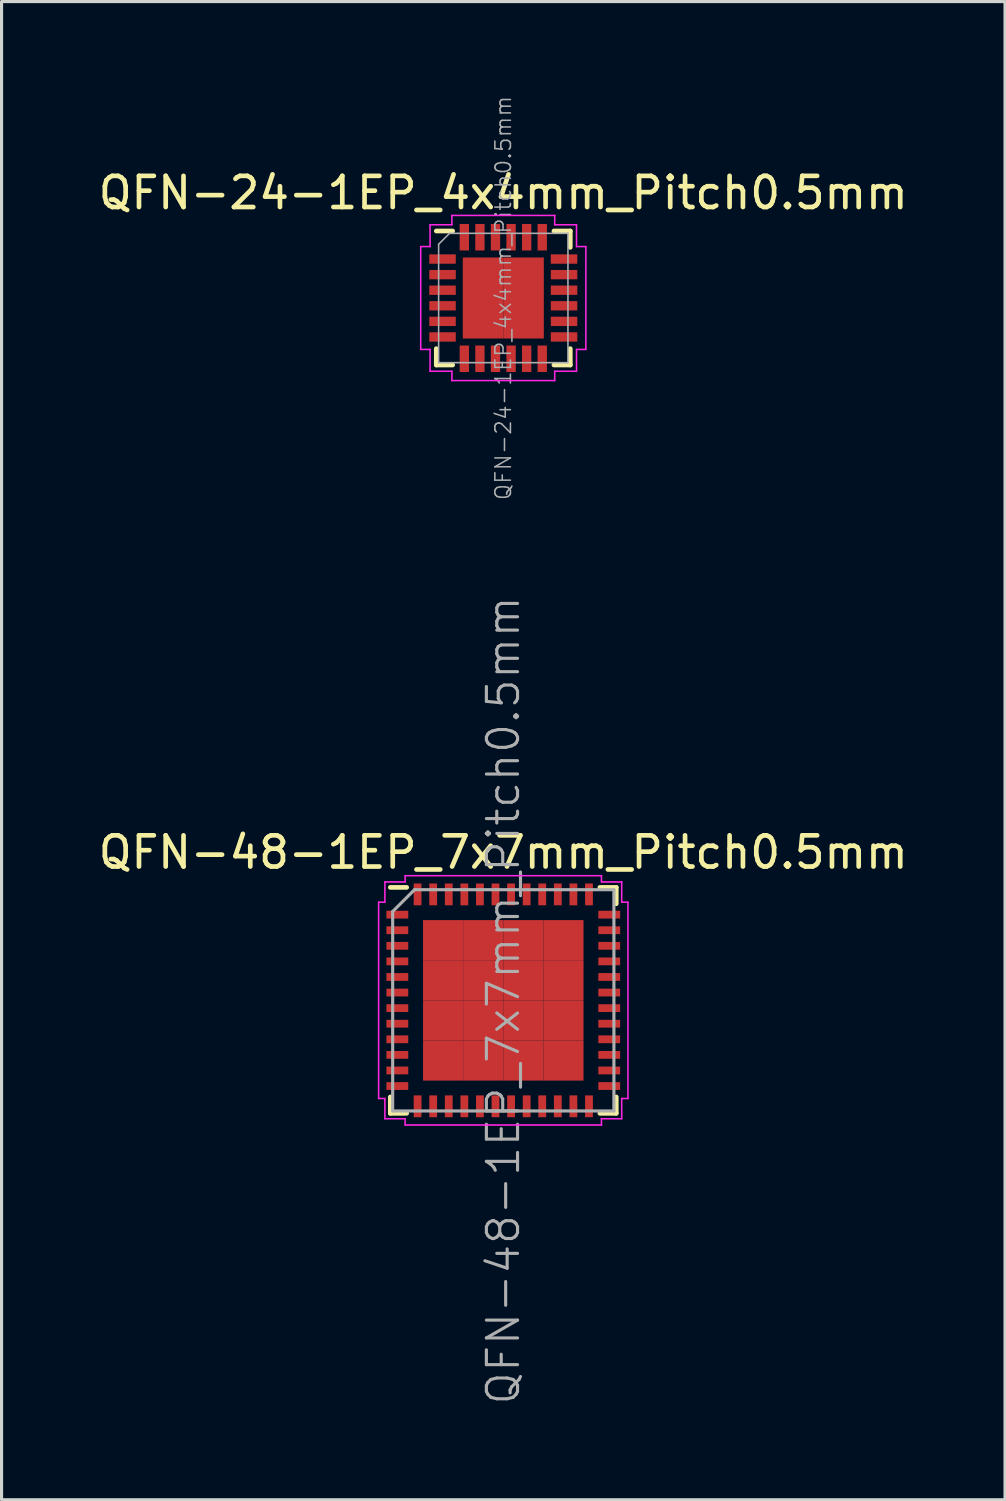
<source format=kicad_pcb>
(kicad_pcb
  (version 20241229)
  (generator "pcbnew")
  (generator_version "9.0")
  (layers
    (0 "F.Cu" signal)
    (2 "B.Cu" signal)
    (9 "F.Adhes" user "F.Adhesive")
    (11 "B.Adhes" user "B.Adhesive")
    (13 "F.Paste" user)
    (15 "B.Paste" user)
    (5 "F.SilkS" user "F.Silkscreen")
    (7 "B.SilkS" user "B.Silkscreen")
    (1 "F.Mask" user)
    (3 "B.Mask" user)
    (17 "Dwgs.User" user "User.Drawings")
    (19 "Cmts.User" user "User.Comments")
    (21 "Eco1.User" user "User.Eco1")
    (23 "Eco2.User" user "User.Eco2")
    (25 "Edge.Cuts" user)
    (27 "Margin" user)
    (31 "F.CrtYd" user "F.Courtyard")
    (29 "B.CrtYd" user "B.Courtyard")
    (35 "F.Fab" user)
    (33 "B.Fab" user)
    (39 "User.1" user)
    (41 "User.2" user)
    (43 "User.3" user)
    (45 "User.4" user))
  (footprint "QFN-24-1EP_4x4mm_Pitch0.5mm"
    (layer "F.Cu")
    (at 13.101 6.513)
    (property "Reference" "QFN-24-1EP_4x4mm_Pitch0.5mm" (at 0 -3.375 0) (layer "F.SilkS") (effects (font (size 1 1) (thickness 0.15))))
    (attr smd)
    (fp_line (start -2.15 -2.15) (end -1.625 -2.15) (stroke (width 0.15) (type solid)) (layer "F.SilkS"))
    (fp_line (start -2.15 2.15) (end -2.15 1.625) (stroke (width 0.15) (type solid)) (layer "F.SilkS"))
    (fp_line (start -2.15 2.15) (end -1.625 2.15) (stroke (width 0.15) (type solid)) (layer "F.SilkS"))
    (fp_line (start 2.15 -2.15) (end 1.625 -2.15) (stroke (width 0.15) (type solid)) (layer "F.SilkS"))
    (fp_line (start 2.15 -2.15) (end 2.15 -1.625) (stroke (width 0.15) (type solid)) (layer "F.SilkS"))
    (fp_line (start 2.15 2.15) (end 1.625 2.15) (stroke (width 0.15) (type solid)) (layer "F.SilkS"))
    (fp_line (start 2.15 2.15) (end 2.15 1.625) (stroke (width 0.15) (type solid)) (layer "F.SilkS"))
    (fp_line (start -2.65 -1.65) (end -2.65 1.65) (stroke (width 0.05) (type solid)) (layer "F.CrtYd"))
    (fp_line (start -2.65 -1.65) (end -2.35 -1.65) (stroke (width 0.05) (type solid)) (layer "F.CrtYd"))
    (fp_line (start -2.65 1.65) (end -2.35 1.65) (stroke (width 0.05) (type solid)) (layer "F.CrtYd"))
    (fp_line (start -2.35 -2.35) (end -2.35 -1.65) (stroke (width 0.05) (type solid)) (layer "F.CrtYd"))
    (fp_line (start -2.35 2.35) (end -2.35 1.65) (stroke (width 0.05) (type solid)) (layer "F.CrtYd"))
    (fp_line (start -1.65 -2.65) (end -1.65 -2.35) (stroke (width 0.05) (type solid)) (layer "F.CrtYd"))
    (fp_line (start -1.65 -2.35) (end -2.35 -2.35) (stroke (width 0.05) (type solid)) (layer "F.CrtYd"))
    (fp_line (start -1.65 2.35) (end -2.35 2.35) (stroke (width 0.05) (type solid)) (layer "F.CrtYd"))
    (fp_line (start -1.65 2.65) (end -1.65 2.35) (stroke (width 0.05) (type solid)) (layer "F.CrtYd"))
    (fp_line (start 1.65 -2.65) (end -1.65 -2.65) (stroke (width 0.05) (type solid)) (layer "F.CrtYd"))
    (fp_line (start 1.65 -2.65) (end 1.65 -2.35) (stroke (width 0.05) (type solid)) (layer "F.CrtYd"))
    (fp_line (start 1.65 -2.35) (end 2.35 -2.35) (stroke (width 0.05) (type solid)) (layer "F.CrtYd"))
    (fp_line (start 1.65 2.35) (end 2.35 2.35) (stroke (width 0.05) (type solid)) (layer "F.CrtYd"))
    (fp_line (start 1.65 2.65) (end -1.65 2.65) (stroke (width 0.05) (type solid)) (layer "F.CrtYd"))
    (fp_line (start 1.65 2.65) (end 1.65 2.35) (stroke (width 0.05) (type solid)) (layer "F.CrtYd"))
    (fp_line (start 2.35 -2.35) (end 2.35 -1.65) (stroke (width 0.05) (type solid)) (layer "F.CrtYd"))
    (fp_line (start 2.35 2.35) (end 2.35 1.65) (stroke (width 0.05) (type solid)) (layer "F.CrtYd"))
    (fp_line (start 2.65 -1.65) (end 2.35 -1.65) (stroke (width 0.05) (type solid)) (layer "F.CrtYd"))
    (fp_line (start 2.65 -1.65) (end 2.65 1.65) (stroke (width 0.05) (type solid)) (layer "F.CrtYd"))
    (fp_line (start 2.65 1.65) (end 2.35 1.65) (stroke (width 0.05) (type solid)) (layer "F.CrtYd"))
    (fp_line (start -2.075 -1.725) (end -1.725 -2.075) (stroke (width 0.05) (type solid)) (layer "F.Fab"))
    (fp_line (start -2.075 2.075) (end -2.075 -1.725) (stroke (width 0.05) (type solid)) (layer "F.Fab"))
    (fp_line (start 2.075 -2.075) (end -1.725 -2.075) (stroke (width 0.05) (type solid)) (layer "F.Fab"))
    (fp_line (start 2.075 2.075) (end -2.075 2.075) (stroke (width 0.05) (type solid)) (layer "F.Fab"))
    (fp_line (start 2.075 2.075) (end 2.075 -2.075) (stroke (width 0.05) (type solid)) (layer "F.Fab"))
    (fp_text user "${REFERENCE}" (at 0 0 90) (layer "F.Fab") (effects (font (size 0.5 0.5) (thickness 0.05))))
    (pad "1" smd rect (at -1.95 -1.25) (size 0.85 0.3) (layers "F.Cu" "F.Mask" "F.Paste"))
    (pad "2" smd rect (at -1.95 -0.75) (size 0.85 0.3) (layers "F.Cu" "F.Mask" "F.Paste"))
    (pad "3" smd rect (at -1.95 -0.25) (size 0.85 0.3) (layers "F.Cu" "F.Mask" "F.Paste"))
    (pad "4" smd rect (at -1.95 0.25) (size 0.85 0.3) (layers "F.Cu" "F.Mask" "F.Paste"))
    (pad "5" smd rect (at -1.95 0.75) (size 0.85 0.3) (layers "F.Cu" "F.Mask" "F.Paste"))
    (pad "6" smd rect (at -1.95 1.25) (size 0.85 0.3) (layers "F.Cu" "F.Mask" "F.Paste"))
    (pad "7" smd rect (at -1.25 1.95 90) (size 0.85 0.3) (layers "F.Cu" "F.Mask" "F.Paste"))
    (pad "8" smd rect (at -0.75 1.95 90) (size 0.85 0.3) (layers "F.Cu" "F.Mask" "F.Paste"))
    (pad "9" smd rect (at -0.25 1.95 90) (size 0.85 0.3) (layers "F.Cu" "F.Mask" "F.Paste"))
    (pad "10" smd rect (at 0.25 1.95 90) (size 0.85 0.3) (layers "F.Cu" "F.Mask" "F.Paste"))
    (pad "11" smd rect (at 0.75 1.95 90) (size 0.85 0.3) (layers "F.Cu" "F.Mask" "F.Paste"))
    (pad "12" smd rect (at 1.25 1.95 90) (size 0.85 0.3) (layers "F.Cu" "F.Mask" "F.Paste"))
    (pad "13" smd rect (at 1.95 1.25) (size 0.85 0.3) (layers "F.Cu" "F.Mask" "F.Paste"))
    (pad "14" smd rect (at 1.95 0.75) (size 0.85 0.3) (layers "F.Cu" "F.Mask" "F.Paste"))
    (pad "15" smd rect (at 1.95 0.25) (size 0.85 0.3) (layers "F.Cu" "F.Mask" "F.Paste"))
    (pad "16" smd rect (at 1.95 -0.25) (size 0.85 0.3) (layers "F.Cu" "F.Mask" "F.Paste"))
    (pad "17" smd rect (at 1.95 -0.75) (size 0.85 0.3) (layers "F.Cu" "F.Mask" "F.Paste"))
    (pad "18" smd rect (at 1.95 -1.25) (size 0.85 0.3) (layers "F.Cu" "F.Mask" "F.Paste"))
    (pad "19" smd rect (at 1.25 -1.95 90) (size 0.85 0.3) (layers "F.Cu" "F.Mask" "F.Paste"))
    (pad "20" smd rect (at 0.75 -1.95 90) (size 0.85 0.3) (layers "F.Cu" "F.Mask" "F.Paste"))
    (pad "21" smd rect (at 0.25 -1.95 90) (size 0.85 0.3) (layers "F.Cu" "F.Mask" "F.Paste"))
    (pad "22" smd rect (at -0.25 -1.95 90) (size 0.85 0.3) (layers "F.Cu" "F.Mask" "F.Paste"))
    (pad "23" smd rect (at -0.75 -1.95 90) (size 0.85 0.3) (layers "F.Cu" "F.Mask" "F.Paste"))
    (pad "24" smd rect (at -1.25 -1.95 90) (size 0.85 0.3) (layers "F.Cu" "F.Mask" "F.Paste"))
    (pad "25" smd rect (at -0.65 -0.65) (size 1.3 1.3) (layers "F.Cu" "F.Mask" "F.Paste"))
    (pad "25" smd rect (at -0.65 0.65) (size 1.3 1.3) (layers "F.Cu" "F.Mask" "F.Paste"))
    (pad "25" smd rect (at 0.65 -0.65) (size 1.3 1.3) (layers "F.Cu" "F.Mask" "F.Paste"))
    (pad "25" smd rect (at 0.65 0.65) (size 1.3 1.3) (layers "F.Cu" "F.Mask" "F.Paste")))
  (footprint "QFN-48-1EP_7x7mm_Pitch0.5mm"
    (layer "F.Cu")
    (at 13.101 29.052)
    (property "Reference" "QFN-48-1EP_7x7mm_Pitch0.5mm" (at 0 -4.75 0) (layer "F.SilkS") (effects (font (size 1 1) (thickness 0.15))))
    (attr smd)
    (fp_line (start -3.625 -3.625) (end -3.1 -3.625) (stroke (width 0.15) (type solid)) (layer "F.SilkS"))
    (fp_line (start -3.625 3.625) (end -3.625 3.1) (stroke (width 0.15) (type solid)) (layer "F.SilkS"))
    (fp_line (start -3.625 3.625) (end -3.1 3.625) (stroke (width 0.15) (type solid)) (layer "F.SilkS"))
    (fp_line (start 3.625 -3.625) (end 3.1 -3.625) (stroke (width 0.15) (type solid)) (layer "F.SilkS"))
    (fp_line (start 3.625 -3.625) (end 3.625 -3.1) (stroke (width 0.15) (type solid)) (layer "F.SilkS"))
    (fp_line (start 3.625 3.625) (end 3.1 3.625) (stroke (width 0.15) (type solid)) (layer "F.SilkS"))
    (fp_line (start 3.625 3.625) (end 3.625 3.1) (stroke (width 0.15) (type solid)) (layer "F.SilkS"))
    (fp_line (start -4 -3.15) (end -4 3.15) (stroke (width 0.05) (type solid)) (layer "F.CrtYd"))
    (fp_line (start -4 -3.15) (end -3.8 -3.15) (stroke (width 0.05) (type solid)) (layer "F.CrtYd"))
    (fp_line (start -4 3.15) (end -3.8 3.15) (stroke (width 0.05) (type solid)) (layer "F.CrtYd"))
    (fp_line (start -3.8 -3.8) (end -3.8 -3.15) (stroke (width 0.05) (type solid)) (layer "F.CrtYd"))
    (fp_line (start -3.8 3.8) (end -3.8 3.15) (stroke (width 0.05) (type solid)) (layer "F.CrtYd"))
    (fp_line (start -3.15 -4) (end -3.15 -3.8) (stroke (width 0.05) (type solid)) (layer "F.CrtYd"))
    (fp_line (start -3.15 -3.8) (end -3.8 -3.8) (stroke (width 0.05) (type solid)) (layer "F.CrtYd"))
    (fp_line (start -3.15 3.8) (end -3.8 3.8) (stroke (width 0.05) (type solid)) (layer "F.CrtYd"))
    (fp_line (start -3.15 4) (end -3.15 3.8) (stroke (width 0.05) (type solid)) (layer "F.CrtYd"))
    (fp_line (start 3.15 -4) (end -3.15 -4) (stroke (width 0.05) (type solid)) (layer "F.CrtYd"))
    (fp_line (start 3.15 -4) (end 3.15 -3.8) (stroke (width 0.05) (type solid)) (layer "F.CrtYd"))
    (fp_line (start 3.15 -3.8) (end 3.8 -3.8) (stroke (width 0.05) (type solid)) (layer "F.CrtYd"))
    (fp_line (start 3.15 3.8) (end 3.8 3.8) (stroke (width 0.05) (type solid)) (layer "F.CrtYd"))
    (fp_line (start 3.15 4) (end -3.15 4) (stroke (width 0.05) (type solid)) (layer "F.CrtYd"))
    (fp_line (start 3.15 4) (end 3.15 3.8) (stroke (width 0.05) (type solid)) (layer "F.CrtYd"))
    (fp_line (start 3.8 -3.8) (end 3.8 -3.15) (stroke (width 0.05) (type solid)) (layer "F.CrtYd"))
    (fp_line (start 3.8 3.8) (end 3.8 3.15) (stroke (width 0.05) (type solid)) (layer "F.CrtYd"))
    (fp_line (start 4 -3.15) (end 3.8 -3.15) (stroke (width 0.05) (type solid)) (layer "F.CrtYd"))
    (fp_line (start 4 -3.15) (end 4 3.15) (stroke (width 0.05) (type solid)) (layer "F.CrtYd"))
    (fp_line (start 4 3.15) (end 3.8 3.15) (stroke (width 0.05) (type solid)) (layer "F.CrtYd"))
    (fp_line (start -3.55 -2.85) (end -2.85 -3.55) (stroke (width 0.1) (type solid)) (layer "F.Fab"))
    (fp_line (start -3.55 3.55) (end -3.55 -2.85) (stroke (width 0.1) (type solid)) (layer "F.Fab"))
    (fp_line (start 3.55 -3.55) (end -2.85 -3.55) (stroke (width 0.1) (type solid)) (layer "F.Fab"))
    (fp_line (start 3.55 3.55) (end -3.55 3.55) (stroke (width 0.1) (type solid)) (layer "F.Fab"))
    (fp_line (start 3.55 3.55) (end 3.55 -3.55) (stroke (width 0.1) (type solid)) (layer "F.Fab"))
    (fp_text user "${REFERENCE}" (at 0 0 90) (layer "F.Fab") (effects (font (size 1 1) (thickness 0.1))))
    (pad "1" smd rect (at -3.4 -2.75) (size 0.7 0.25) (layers "F.Cu" "F.Mask" "F.Paste"))
    (pad "2" smd rect (at -3.4 -2.25) (size 0.7 0.25) (layers "F.Cu" "F.Mask" "F.Paste"))
    (pad "3" smd rect (at -3.4 -1.75) (size 0.7 0.25) (layers "F.Cu" "F.Mask" "F.Paste"))
    (pad "4" smd rect (at -3.4 -1.25) (size 0.7 0.25) (layers "F.Cu" "F.Mask" "F.Paste"))
    (pad "5" smd rect (at -3.4 -0.75) (size 0.7 0.25) (layers "F.Cu" "F.Mask" "F.Paste"))
    (pad "6" smd rect (at -3.4 -0.25) (size 0.7 0.25) (layers "F.Cu" "F.Mask" "F.Paste"))
    (pad "7" smd rect (at -3.4 0.25) (size 0.7 0.25) (layers "F.Cu" "F.Mask" "F.Paste"))
    (pad "8" smd rect (at -3.4 0.75) (size 0.7 0.25) (layers "F.Cu" "F.Mask" "F.Paste"))
    (pad "9" smd rect (at -3.4 1.25) (size 0.7 0.25) (layers "F.Cu" "F.Mask" "F.Paste"))
    (pad "10" smd rect (at -3.4 1.75) (size 0.7 0.25) (layers "F.Cu" "F.Mask" "F.Paste"))
    (pad "11" smd rect (at -3.4 2.25) (size 0.7 0.25) (layers "F.Cu" "F.Mask" "F.Paste"))
    (pad "12" smd rect (at -3.4 2.75) (size 0.7 0.25) (layers "F.Cu" "F.Mask" "F.Paste"))
    (pad "13" smd rect (at -2.75 3.4 90) (size 0.7 0.25) (layers "F.Cu" "F.Mask" "F.Paste"))
    (pad "14" smd rect (at -2.25 3.4 90) (size 0.7 0.25) (layers "F.Cu" "F.Mask" "F.Paste"))
    (pad "15" smd rect (at -1.75 3.4 90) (size 0.7 0.25) (layers "F.Cu" "F.Mask" "F.Paste"))
    (pad "16" smd rect (at -1.25 3.4 90) (size 0.7 0.25) (layers "F.Cu" "F.Mask" "F.Paste"))
    (pad "17" smd rect (at -0.75 3.4 90) (size 0.7 0.25) (layers "F.Cu" "F.Mask" "F.Paste"))
    (pad "18" smd rect (at -0.25 3.4 90) (size 0.7 0.25) (layers "F.Cu" "F.Mask" "F.Paste"))
    (pad "19" smd rect (at 0.25 3.4 90) (size 0.7 0.25) (layers "F.Cu" "F.Mask" "F.Paste"))
    (pad "20" smd rect (at 0.75 3.4 90) (size 0.7 0.25) (layers "F.Cu" "F.Mask" "F.Paste"))
    (pad "21" smd rect (at 1.25 3.4 90) (size 0.7 0.25) (layers "F.Cu" "F.Mask" "F.Paste"))
    (pad "22" smd rect (at 1.75 3.4 90) (size 0.7 0.25) (layers "F.Cu" "F.Mask" "F.Paste"))
    (pad "23" smd rect (at 2.25 3.4 90) (size 0.7 0.25) (layers "F.Cu" "F.Mask" "F.Paste"))
    (pad "24" smd rect (at 2.75 3.4 90) (size 0.7 0.25) (layers "F.Cu" "F.Mask" "F.Paste"))
    (pad "25" smd rect (at 3.4 2.75) (size 0.7 0.25) (layers "F.Cu" "F.Mask" "F.Paste"))
    (pad "26" smd rect (at 3.4 2.25) (size 0.7 0.25) (layers "F.Cu" "F.Mask" "F.Paste"))
    (pad "27" smd rect (at 3.4 1.75) (size 0.7 0.25) (layers "F.Cu" "F.Mask" "F.Paste"))
    (pad "28" smd rect (at 3.4 1.25) (size 0.7 0.25) (layers "F.Cu" "F.Mask" "F.Paste"))
    (pad "29" smd rect (at 3.4 0.75) (size 0.7 0.25) (layers "F.Cu" "F.Mask" "F.Paste"))
    (pad "30" smd rect (at 3.4 0.25) (size 0.7 0.25) (layers "F.Cu" "F.Mask" "F.Paste"))
    (pad "31" smd rect (at 3.4 -0.25) (size 0.7 0.25) (layers "F.Cu" "F.Mask" "F.Paste"))
    (pad "32" smd rect (at 3.4 -0.75) (size 0.7 0.25) (layers "F.Cu" "F.Mask" "F.Paste"))
    (pad "33" smd rect (at 3.4 -1.25) (size 0.7 0.25) (layers "F.Cu" "F.Mask" "F.Paste"))
    (pad "34" smd rect (at 3.4 -1.75) (size 0.7 0.25) (layers "F.Cu" "F.Mask" "F.Paste"))
    (pad "35" smd rect (at 3.4 -2.25) (size 0.7 0.25) (layers "F.Cu" "F.Mask" "F.Paste"))
    (pad "36" smd rect (at 3.4 -2.75) (size 0.7 0.25) (layers "F.Cu" "F.Mask" "F.Paste"))
    (pad "37" smd rect (at 2.75 -3.4 90) (size 0.7 0.25) (layers "F.Cu" "F.Mask" "F.Paste"))
    (pad "38" smd rect (at 2.25 -3.4 90) (size 0.7 0.25) (layers "F.Cu" "F.Mask" "F.Paste"))
    (pad "39" smd rect (at 1.75 -3.4 90) (size 0.7 0.25) (layers "F.Cu" "F.Mask" "F.Paste"))
    (pad "40" smd rect (at 1.25 -3.4 90) (size 0.7 0.25) (layers "F.Cu" "F.Mask" "F.Paste"))
    (pad "41" smd rect (at 0.75 -3.4 90) (size 0.7 0.25) (layers "F.Cu" "F.Mask" "F.Paste"))
    (pad "42" smd rect (at 0.25 -3.4 90) (size 0.7 0.25) (layers "F.Cu" "F.Mask" "F.Paste"))
    (pad "43" smd rect (at -0.25 -3.4 90) (size 0.7 0.25) (layers "F.Cu" "F.Mask" "F.Paste"))
    (pad "44" smd rect (at -0.75 -3.4 90) (size 0.7 0.25) (layers "F.Cu" "F.Mask" "F.Paste"))
    (pad "45" smd rect (at -1.25 -3.4 90) (size 0.7 0.25) (layers "F.Cu" "F.Mask" "F.Paste"))
    (pad "46" smd rect (at -1.75 -3.4 90) (size 0.7 0.25) (layers "F.Cu" "F.Mask" "F.Paste"))
    (pad "47" smd rect (at -2.25 -3.4 90) (size 0.7 0.25) (layers "F.Cu" "F.Mask" "F.Paste"))
    (pad "48" smd rect (at -2.75 -3.4 90) (size 0.7 0.25) (layers "F.Cu" "F.Mask" "F.Paste"))
    (pad "49" smd rect (at -1.931 -1.931) (size 1.288 1.288) (layers "F.Cu" "F.Mask" "F.Paste"))
    (pad "49" smd rect (at -1.931 -0.644) (size 1.288 1.288) (layers "F.Cu" "F.Mask" "F.Paste"))
    (pad "49" smd rect (at -1.931 0.644) (size 1.288 1.288) (layers "F.Cu" "F.Mask" "F.Paste"))
    (pad "49" smd rect (at -1.931 1.931) (size 1.288 1.288) (layers "F.Cu" "F.Mask" "F.Paste"))
    (pad "49" smd rect (at -0.644 -1.931) (size 1.288 1.288) (layers "F.Cu" "F.Mask" "F.Paste"))
    (pad "49" smd rect (at -0.644 -0.644) (size 1.288 1.288) (layers "F.Cu" "F.Mask" "F.Paste"))
    (pad "49" smd rect (at -0.644 0.644) (size 1.288 1.288) (layers "F.Cu" "F.Mask" "F.Paste"))
    (pad "49" smd rect (at -0.644 1.931) (size 1.288 1.288) (layers "F.Cu" "F.Mask" "F.Paste"))
    (pad "49" smd rect (at 0.644 -1.931) (size 1.288 1.288) (layers "F.Cu" "F.Mask" "F.Paste"))
    (pad "49" smd rect (at 0.644 -0.644) (size 1.288 1.288) (layers "F.Cu" "F.Mask" "F.Paste"))
    (pad "49" smd rect (at 0.644 0.644) (size 1.288 1.288) (layers "F.Cu" "F.Mask" "F.Paste"))
    (pad "49" smd rect (at 0.644 1.931) (size 1.288 1.288) (layers "F.Cu" "F.Mask" "F.Paste"))
    (pad "49" smd rect (at 1.931 -1.931) (size 1.288 1.288) (layers "F.Cu" "F.Mask" "F.Paste"))
    (pad "49" smd rect (at 1.931 -0.644) (size 1.288 1.288) (layers "F.Cu" "F.Mask" "F.Paste"))
    (pad "49" smd rect (at 1.931 0.644) (size 1.288 1.288) (layers "F.Cu" "F.Mask" "F.Paste"))
    (pad "49" smd rect (at 1.931 1.931) (size 1.288 1.288) (layers "F.Cu" "F.Mask" "F.Paste")))
  (gr_rect
    (start -3 -3)
    (end 29.202 45.079)
    (stroke (width 0.1) (type default))
    (fill no)
    (layer "Edge.Cuts")))
</source>
